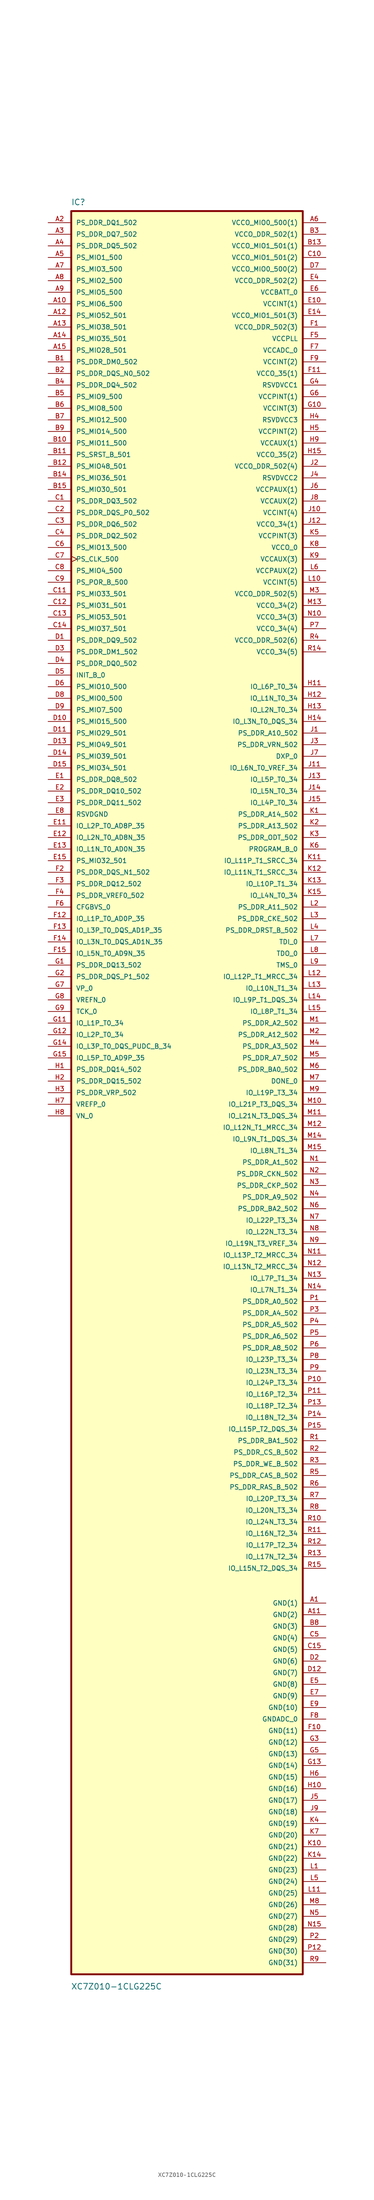
<source format=kicad_sym>
(kicad_symbol_lib
  (version 20231120)
  (generator "kicad_symbol_editor")
  (generator_version "8.0")
  (symbol "XC7Z010-1CLG225C"
    (pin_names
      (offset 1.016))
    (property "Reference" "IC"
      (at -25.426 194.237 0)
      (effects (font (size 1.27 1.27)) (justify left bottom)))
    (property "Value" "XC7Z010-1CLG225C"
      (at -25.453 -196.449 0)
      (effects (font (size 1.27 1.27)) (justify left bottom)))
    (symbol "XC7Z010-1CLG225C_0_0"
      (rectangle (start -25.4 -193.04) (end 25.4 193.04) (stroke (width 0.41) (type default)) (fill (type background)))
      (pin power_in line (at 30.48 -111.76 180) (length 5.08) (name "GND(1)" (effects (font (size 1.016 1.016)))) (number "A1" (effects (font (size 1.016 1.016)))))
      (pin bidirectional line (at -30.48 172.72 0) (length 5.08) (name "PS_MIO6_500" (effects (font (size 1.016 1.016)))) (number "A10" (effects (font (size 1.016 1.016)))))
      (pin power_in line (at 30.48 -114.3 180) (length 5.08) (name "GND(2)" (effects (font (size 1.016 1.016)))) (number "A11" (effects (font (size 1.016 1.016)))))
      (pin bidirectional line (at -30.48 170.18 0) (length 5.08) (name "PS_MIO52_501" (effects (font (size 1.016 1.016)))) (number "A12" (effects (font (size 1.016 1.016)))))
      (pin bidirectional line (at -30.48 167.64 0) (length 5.08) (name "PS_MIO38_501" (effects (font (size 1.016 1.016)))) (number "A13" (effects (font (size 1.016 1.016)))))
      (pin bidirectional line (at -30.48 165.1 0) (length 5.08) (name "PS_MIO35_501" (effects (font (size 1.016 1.016)))) (number "A14" (effects (font (size 1.016 1.016)))))
      (pin bidirectional line (at -30.48 162.56 0) (length 5.08) (name "PS_MIO28_501" (effects (font (size 1.016 1.016)))) (number "A15" (effects (font (size 1.016 1.016)))))
      (pin bidirectional line (at -30.48 190.5 0) (length 5.08) (name "PS_DDR_DQ1_502" (effects (font (size 1.016 1.016)))) (number "A2" (effects (font (size 1.016 1.016)))))
      (pin bidirectional line (at -30.48 187.96 0) (length 5.08) (name "PS_DDR_DQ7_502" (effects (font (size 1.016 1.016)))) (number "A3" (effects (font (size 1.016 1.016)))))
      (pin bidirectional line (at -30.48 185.42 0) (length 5.08) (name "PS_DDR_DQ5_502" (effects (font (size 1.016 1.016)))) (number "A4" (effects (font (size 1.016 1.016)))))
      (pin bidirectional line (at -30.48 182.88 0) (length 5.08) (name "PS_MIO1_500" (effects (font (size 1.016 1.016)))) (number "A5" (effects (font (size 1.016 1.016)))))
      (pin power_in line (at 30.48 190.5 180) (length 5.08) (name "VCCO_MIO0_500(1)" (effects (font (size 1.016 1.016)))) (number "A6" (effects (font (size 1.016 1.016)))))
      (pin bidirectional line (at -30.48 180.34 0) (length 5.08) (name "PS_MIO3_500" (effects (font (size 1.016 1.016)))) (number "A7" (effects (font (size 1.016 1.016)))))
      (pin bidirectional line (at -30.48 177.8 0) (length 5.08) (name "PS_MIO2_500" (effects (font (size 1.016 1.016)))) (number "A8" (effects (font (size 1.016 1.016)))))
      (pin bidirectional line (at -30.48 175.26 0) (length 5.08) (name "PS_MIO5_500" (effects (font (size 1.016 1.016)))) (number "A9" (effects (font (size 1.016 1.016)))))
      (pin bidirectional line (at -30.48 160.02 0) (length 5.08) (name "PS_DDR_DM0_502" (effects (font (size 1.016 1.016)))) (number "B1" (effects (font (size 1.016 1.016)))))
      (pin bidirectional line (at -30.48 142.24 0) (length 5.08) (name "PS_MIO11_500" (effects (font (size 1.016 1.016)))) (number "B10" (effects (font (size 1.016 1.016)))))
      (pin bidirectional line (at -30.48 139.7 0) (length 5.08) (name "PS_SRST_B_501" (effects (font (size 1.016 1.016)))) (number "B11" (effects (font (size 1.016 1.016)))))
      (pin bidirectional line (at -30.48 137.16 0) (length 5.08) (name "PS_MIO48_501" (effects (font (size 1.016 1.016)))) (number "B12" (effects (font (size 1.016 1.016)))))
      (pin power_in line (at 30.48 185.42 180) (length 5.08) (name "VCCO_MIO1_501(1)" (effects (font (size 1.016 1.016)))) (number "B13" (effects (font (size 1.016 1.016)))))
      (pin bidirectional line (at -30.48 134.62 0) (length 5.08) (name "PS_MIO36_501" (effects (font (size 1.016 1.016)))) (number "B14" (effects (font (size 1.016 1.016)))))
      (pin bidirectional line (at -30.48 132.08 0) (length 5.08) (name "PS_MIO30_501" (effects (font (size 1.016 1.016)))) (number "B15" (effects (font (size 1.016 1.016)))))
      (pin bidirectional line (at -30.48 157.48 0) (length 5.08) (name "PS_DDR_DQS_N0_502" (effects (font (size 1.016 1.016)))) (number "B2" (effects (font (size 1.016 1.016)))))
      (pin power_in line (at 30.48 187.96 180) (length 5.08) (name "VCCO_DDR_502(1)" (effects (font (size 1.016 1.016)))) (number "B3" (effects (font (size 1.016 1.016)))))
      (pin bidirectional line (at -30.48 154.94 0) (length 5.08) (name "PS_DDR_DQ4_502" (effects (font (size 1.016 1.016)))) (number "B4" (effects (font (size 1.016 1.016)))))
      (pin bidirectional line (at -30.48 152.4 0) (length 5.08) (name "PS_MIO9_500" (effects (font (size 1.016 1.016)))) (number "B5" (effects (font (size 1.016 1.016)))))
      (pin bidirectional line (at -30.48 149.86 0) (length 5.08) (name "PS_MIO8_500" (effects (font (size 1.016 1.016)))) (number "B6" (effects (font (size 1.016 1.016)))))
      (pin bidirectional line (at -30.48 147.32 0) (length 5.08) (name "PS_MIO12_500" (effects (font (size 1.016 1.016)))) (number "B7" (effects (font (size 1.016 1.016)))))
      (pin power_in line (at 30.48 -116.84 180) (length 5.08) (name "GND(3)" (effects (font (size 1.016 1.016)))) (number "B8" (effects (font (size 1.016 1.016)))))
      (pin bidirectional line (at -30.48 144.78 0) (length 5.08) (name "PS_MIO14_500" (effects (font (size 1.016 1.016)))) (number "B9" (effects (font (size 1.016 1.016)))))
      (pin bidirectional line (at -30.48 129.54 0) (length 5.08) (name "PS_DDR_DQ3_502" (effects (font (size 1.016 1.016)))) (number "C1" (effects (font (size 1.016 1.016)))))
      (pin power_in line (at 30.48 182.88 180) (length 5.08) (name "VCCO_MIO1_501(2)" (effects (font (size 1.016 1.016)))) (number "C10" (effects (font (size 1.016 1.016)))))
      (pin bidirectional line (at -30.48 109.22 0) (length 5.08) (name "PS_MIO33_501" (effects (font (size 1.016 1.016)))) (number "C11" (effects (font (size 1.016 1.016)))))
      (pin bidirectional line (at -30.48 106.68 0) (length 5.08) (name "PS_MIO31_501" (effects (font (size 1.016 1.016)))) (number "C12" (effects (font (size 1.016 1.016)))))
      (pin bidirectional line (at -30.48 104.14 0) (length 5.08) (name "PS_MIO53_501" (effects (font (size 1.016 1.016)))) (number "C13" (effects (font (size 1.016 1.016)))))
      (pin bidirectional line (at -30.48 101.6 0) (length 5.08) (name "PS_MIO37_501" (effects (font (size 1.016 1.016)))) (number "C14" (effects (font (size 1.016 1.016)))))
      (pin power_in line (at 30.48 -121.92 180) (length 5.08) (name "GND(5)" (effects (font (size 1.016 1.016)))) (number "C15" (effects (font (size 1.016 1.016)))))
      (pin bidirectional line (at -30.48 127 0) (length 5.08) (name "PS_DDR_DQS_P0_502" (effects (font (size 1.016 1.016)))) (number "C2" (effects (font (size 1.016 1.016)))))
      (pin bidirectional line (at -30.48 124.46 0) (length 5.08) (name "PS_DDR_DQ6_502" (effects (font (size 1.016 1.016)))) (number "C3" (effects (font (size 1.016 1.016)))))
      (pin bidirectional line (at -30.48 121.92 0) (length 5.08) (name "PS_DDR_DQ2_502" (effects (font (size 1.016 1.016)))) (number "C4" (effects (font (size 1.016 1.016)))))
      (pin power_in line (at 30.48 -119.38 180) (length 5.08) (name "GND(4)" (effects (font (size 1.016 1.016)))) (number "C5" (effects (font (size 1.016 1.016)))))
      (pin bidirectional line (at -30.48 119.38 0) (length 5.08) (name "PS_MIO13_500" (effects (font (size 1.016 1.016)))) (number "C6" (effects (font (size 1.016 1.016)))))
      (pin bidirectional clock (at -30.48 116.84 0) (length 5.08) (name "PS_CLK_500" (effects (font (size 1.016 1.016)))) (number "C7" (effects (font (size 1.016 1.016)))))
      (pin bidirectional line (at -30.48 114.3 0) (length 5.08) (name "PS_MIO4_500" (effects (font (size 1.016 1.016)))) (number "C8" (effects (font (size 1.016 1.016)))))
      (pin bidirectional line (at -30.48 111.76 0) (length 5.08) (name "PS_POR_B_500" (effects (font (size 1.016 1.016)))) (number "C9" (effects (font (size 1.016 1.016)))))
      (pin bidirectional line (at -30.48 99.06 0) (length 5.08) (name "PS_DDR_DQ9_502" (effects (font (size 1.016 1.016)))) (number "D1" (effects (font (size 1.016 1.016)))))
      (pin bidirectional line (at -30.48 81.28 0) (length 5.08) (name "PS_MIO15_500" (effects (font (size 1.016 1.016)))) (number "D10" (effects (font (size 1.016 1.016)))))
      (pin bidirectional line (at -30.48 78.74 0) (length 5.08) (name "PS_MIO29_501" (effects (font (size 1.016 1.016)))) (number "D11" (effects (font (size 1.016 1.016)))))
      (pin power_in line (at 30.48 -127 180) (length 5.08) (name "GND(7)" (effects (font (size 1.016 1.016)))) (number "D12" (effects (font (size 1.016 1.016)))))
      (pin bidirectional line (at -30.48 76.2 0) (length 5.08) (name "PS_MIO49_501" (effects (font (size 1.016 1.016)))) (number "D13" (effects (font (size 1.016 1.016)))))
      (pin bidirectional line (at -30.48 73.66 0) (length 5.08) (name "PS_MIO39_501" (effects (font (size 1.016 1.016)))) (number "D14" (effects (font (size 1.016 1.016)))))
      (pin bidirectional line (at -30.48 71.12 0) (length 5.08) (name "PS_MIO34_501" (effects (font (size 1.016 1.016)))) (number "D15" (effects (font (size 1.016 1.016)))))
      (pin power_in line (at 30.48 -124.46 180) (length 5.08) (name "GND(6)" (effects (font (size 1.016 1.016)))) (number "D2" (effects (font (size 1.016 1.016)))))
      (pin bidirectional line (at -30.48 96.52 0) (length 5.08) (name "PS_DDR_DM1_502" (effects (font (size 1.016 1.016)))) (number "D3" (effects (font (size 1.016 1.016)))))
      (pin bidirectional line (at -30.48 93.98 0) (length 5.08) (name "PS_DDR_DQ0_502" (effects (font (size 1.016 1.016)))) (number "D4" (effects (font (size 1.016 1.016)))))
      (pin bidirectional line (at -30.48 91.44 0) (length 5.08) (name "INIT_B_0" (effects (font (size 1.016 1.016)))) (number "D5" (effects (font (size 1.016 1.016)))))
      (pin bidirectional line (at -30.48 88.9 0) (length 5.08) (name "PS_MIO10_500" (effects (font (size 1.016 1.016)))) (number "D6" (effects (font (size 1.016 1.016)))))
      (pin power_in line (at 30.48 180.34 180) (length 5.08) (name "VCCO_MIO0_500(2)" (effects (font (size 1.016 1.016)))) (number "D7" (effects (font (size 1.016 1.016)))))
      (pin bidirectional line (at -30.48 86.36 0) (length 5.08) (name "PS_MIO0_500" (effects (font (size 1.016 1.016)))) (number "D8" (effects (font (size 1.016 1.016)))))
      (pin bidirectional line (at -30.48 83.82 0) (length 5.08) (name "PS_MIO7_500" (effects (font (size 1.016 1.016)))) (number "D9" (effects (font (size 1.016 1.016)))))
      (pin bidirectional line (at -30.48 68.58 0) (length 5.08) (name "PS_DDR_DQ8_502" (effects (font (size 1.016 1.016)))) (number "E1" (effects (font (size 1.016 1.016)))))
      (pin power_in line (at 30.48 172.72 180) (length 5.08) (name "VCCINT(1)" (effects (font (size 1.016 1.016)))) (number "E10" (effects (font (size 1.016 1.016)))))
      (pin bidirectional line (at -30.48 58.42 0) (length 5.08) (name "IO_L2P_T0_AD8P_35" (effects (font (size 1.016 1.016)))) (number "E11" (effects (font (size 1.016 1.016)))))
      (pin bidirectional line (at -30.48 55.88 0) (length 5.08) (name "IO_L2N_T0_AD8N_35" (effects (font (size 1.016 1.016)))) (number "E12" (effects (font (size 1.016 1.016)))))
      (pin bidirectional line (at -30.48 53.34 0) (length 5.08) (name "IO_L1N_T0_AD0N_35" (effects (font (size 1.016 1.016)))) (number "E13" (effects (font (size 1.016 1.016)))))
      (pin power_in line (at 30.48 170.18 180) (length 5.08) (name "VCCO_MIO1_501(3)" (effects (font (size 1.016 1.016)))) (number "E14" (effects (font (size 1.016 1.016)))))
      (pin bidirectional line (at -30.48 50.8 0) (length 5.08) (name "PS_MIO32_501" (effects (font (size 1.016 1.016)))) (number "E15" (effects (font (size 1.016 1.016)))))
      (pin bidirectional line (at -30.48 66.04 0) (length 5.08) (name "PS_DDR_DQ10_502" (effects (font (size 1.016 1.016)))) (number "E2" (effects (font (size 1.016 1.016)))))
      (pin bidirectional line (at -30.48 63.5 0) (length 5.08) (name "PS_DDR_DQ11_502" (effects (font (size 1.016 1.016)))) (number "E3" (effects (font (size 1.016 1.016)))))
      (pin power_in line (at 30.48 177.8 180) (length 5.08) (name "VCCO_DDR_502(2)" (effects (font (size 1.016 1.016)))) (number "E4" (effects (font (size 1.016 1.016)))))
      (pin power_in line (at 30.48 -129.54 180) (length 5.08) (name "GND(8)" (effects (font (size 1.016 1.016)))) (number "E5" (effects (font (size 1.016 1.016)))))
      (pin power_in line (at 30.48 175.26 180) (length 5.08) (name "VCCBATT_0" (effects (font (size 1.016 1.016)))) (number "E6" (effects (font (size 1.016 1.016)))))
      (pin power_in line (at 30.48 -132.08 180) (length 5.08) (name "GND(9)" (effects (font (size 1.016 1.016)))) (number "E7" (effects (font (size 1.016 1.016)))))
      (pin bidirectional line (at -30.48 60.96 0) (length 5.08) (name "RSVDGND" (effects (font (size 1.016 1.016)))) (number "E8" (effects (font (size 1.016 1.016)))))
      (pin power_in line (at 30.48 -134.62 180) (length 5.08) (name "GND(10)" (effects (font (size 1.016 1.016)))) (number "E9" (effects (font (size 1.016 1.016)))))
      (pin power_in line (at 30.48 167.64 180) (length 5.08) (name "VCCO_DDR_502(3)" (effects (font (size 1.016 1.016)))) (number "F1" (effects (font (size 1.016 1.016)))))
      (pin power_in line (at 30.48 -139.7 180) (length 5.08) (name "GND(11)" (effects (font (size 1.016 1.016)))) (number "F10" (effects (font (size 1.016 1.016)))))
      (pin power_in line (at 30.48 157.48 180) (length 5.08) (name "VCCO_35(1)" (effects (font (size 1.016 1.016)))) (number "F11" (effects (font (size 1.016 1.016)))))
      (pin bidirectional line (at -30.48 38.1 0) (length 5.08) (name "IO_L1P_T0_AD0P_35" (effects (font (size 1.016 1.016)))) (number "F12" (effects (font (size 1.016 1.016)))))
      (pin bidirectional line (at -30.48 35.56 0) (length 5.08) (name "IO_L3P_T0_DQS_AD1P_35" (effects (font (size 1.016 1.016)))) (number "F13" (effects (font (size 1.016 1.016)))))
      (pin bidirectional line (at -30.48 33.02 0) (length 5.08) (name "IO_L3N_T0_DQS_AD1N_35" (effects (font (size 1.016 1.016)))) (number "F14" (effects (font (size 1.016 1.016)))))
      (pin bidirectional line (at -30.48 30.48 0) (length 5.08) (name "IO_L5N_T0_AD9N_35" (effects (font (size 1.016 1.016)))) (number "F15" (effects (font (size 1.016 1.016)))))
      (pin bidirectional line (at -30.48 48.26 0) (length 5.08) (name "PS_DDR_DQS_N1_502" (effects (font (size 1.016 1.016)))) (number "F2" (effects (font (size 1.016 1.016)))))
      (pin bidirectional line (at -30.48 45.72 0) (length 5.08) (name "PS_DDR_DQ12_502" (effects (font (size 1.016 1.016)))) (number "F3" (effects (font (size 1.016 1.016)))))
      (pin bidirectional line (at -30.48 43.18 0) (length 5.08) (name "PS_DDR_VREF0_502" (effects (font (size 1.016 1.016)))) (number "F4" (effects (font (size 1.016 1.016)))))
      (pin power_in line (at 30.48 165.1 180) (length 5.08) (name "VCCPLL" (effects (font (size 1.016 1.016)))) (number "F5" (effects (font (size 1.016 1.016)))))
      (pin bidirectional line (at -30.48 40.64 0) (length 5.08) (name "CFGBVS_0" (effects (font (size 1.016 1.016)))) (number "F6" (effects (font (size 1.016 1.016)))))
      (pin power_in line (at 30.48 162.56 180) (length 5.08) (name "VCCADC_0" (effects (font (size 1.016 1.016)))) (number "F7" (effects (font (size 1.016 1.016)))))
      (pin power_in line (at 30.48 -137.16 180) (length 5.08) (name "GNDADC_0" (effects (font (size 1.016 1.016)))) (number "F8" (effects (font (size 1.016 1.016)))))
      (pin power_in line (at 30.48 160.02 180) (length 5.08) (name "VCCINT(2)" (effects (font (size 1.016 1.016)))) (number "F9" (effects (font (size 1.016 1.016)))))
      (pin bidirectional line (at -30.48 27.94 0) (length 5.08) (name "PS_DDR_DQ13_502" (effects (font (size 1.016 1.016)))) (number "G1" (effects (font (size 1.016 1.016)))))
      (pin power_in line (at 30.48 149.86 180) (length 5.08) (name "VCCINT(3)" (effects (font (size 1.016 1.016)))) (number "G10" (effects (font (size 1.016 1.016)))))
      (pin bidirectional line (at -30.48 15.24 0) (length 5.08) (name "IO_L1P_T0_34" (effects (font (size 1.016 1.016)))) (number "G11" (effects (font (size 1.016 1.016)))))
      (pin bidirectional line (at -30.48 12.7 0) (length 5.08) (name "IO_L2P_T0_34" (effects (font (size 1.016 1.016)))) (number "G12" (effects (font (size 1.016 1.016)))))
      (pin power_in line (at 30.48 -147.32 180) (length 5.08) (name "GND(14)" (effects (font (size 1.016 1.016)))) (number "G13" (effects (font (size 1.016 1.016)))))
      (pin bidirectional line (at -30.48 10.16 0) (length 5.08) (name "IO_L3P_T0_DQS_PUDC_B_34" (effects (font (size 1.016 1.016)))) (number "G14" (effects (font (size 1.016 1.016)))))
      (pin bidirectional line (at -30.48 7.62 0) (length 5.08) (name "IO_L5P_T0_AD9P_35" (effects (font (size 1.016 1.016)))) (number "G15" (effects (font (size 1.016 1.016)))))
      (pin bidirectional line (at -30.48 25.4 0) (length 5.08) (name "PS_DDR_DQS_P1_502" (effects (font (size 1.016 1.016)))) (number "G2" (effects (font (size 1.016 1.016)))))
      (pin power_in line (at 30.48 -142.24 180) (length 5.08) (name "GND(12)" (effects (font (size 1.016 1.016)))) (number "G3" (effects (font (size 1.016 1.016)))))
      (pin power_in line (at 30.48 154.94 180) (length 5.08) (name "RSVDVCC1" (effects (font (size 1.016 1.016)))) (number "G4" (effects (font (size 1.016 1.016)))))
      (pin power_in line (at 30.48 -144.78 180) (length 5.08) (name "GND(13)" (effects (font (size 1.016 1.016)))) (number "G5" (effects (font (size 1.016 1.016)))))
      (pin power_in line (at 30.48 152.4 180) (length 5.08) (name "VCCPINT(1)" (effects (font (size 1.016 1.016)))) (number "G6" (effects (font (size 1.016 1.016)))))
      (pin bidirectional line (at -30.48 22.86 0) (length 5.08) (name "VP_0" (effects (font (size 1.016 1.016)))) (number "G7" (effects (font (size 1.016 1.016)))))
      (pin bidirectional line (at -30.48 20.32 0) (length 5.08) (name "VREFN_0" (effects (font (size 1.016 1.016)))) (number "G8" (effects (font (size 1.016 1.016)))))
      (pin bidirectional line (at -30.48 17.78 0) (length 5.08) (name "TCK_0" (effects (font (size 1.016 1.016)))) (number "G9" (effects (font (size 1.016 1.016)))))
      (pin bidirectional line (at -30.48 5.08 0) (length 5.08) (name "PS_DDR_DQ14_502" (effects (font (size 1.016 1.016)))) (number "H1" (effects (font (size 1.016 1.016)))))
      (pin power_in line (at 30.48 -152.4 180) (length 5.08) (name "GND(16)" (effects (font (size 1.016 1.016)))) (number "H10" (effects (font (size 1.016 1.016)))))
      (pin bidirectional line (at 30.48 88.9 180) (length 5.08) (name "IO_L6P_T0_34" (effects (font (size 1.016 1.016)))) (number "H11" (effects (font (size 1.016 1.016)))))
      (pin bidirectional line (at 30.48 86.36 180) (length 5.08) (name "IO_L1N_T0_34" (effects (font (size 1.016 1.016)))) (number "H12" (effects (font (size 1.016 1.016)))))
      (pin bidirectional line (at 30.48 83.82 180) (length 5.08) (name "IO_L2N_T0_34" (effects (font (size 1.016 1.016)))) (number "H13" (effects (font (size 1.016 1.016)))))
      (pin bidirectional line (at 30.48 81.28 180) (length 5.08) (name "IO_L3N_T0_DQS_34" (effects (font (size 1.016 1.016)))) (number "H14" (effects (font (size 1.016 1.016)))))
      (pin power_in line (at 30.48 139.7 180) (length 5.08) (name "VCCO_35(2)" (effects (font (size 1.016 1.016)))) (number "H15" (effects (font (size 1.016 1.016)))))
      (pin bidirectional line (at -30.48 2.54 0) (length 5.08) (name "PS_DDR_DQ15_502" (effects (font (size 1.016 1.016)))) (number "H2" (effects (font (size 1.016 1.016)))))
      (pin bidirectional line (at -30.48 0 0) (length 5.08) (name "PS_DDR_VRP_502" (effects (font (size 1.016 1.016)))) (number "H3" (effects (font (size 1.016 1.016)))))
      (pin power_in line (at 30.48 147.32 180) (length 5.08) (name "RSVDVCC3" (effects (font (size 1.016 1.016)))) (number "H4" (effects (font (size 1.016 1.016)))))
      (pin power_in line (at 30.48 144.78 180) (length 5.08) (name "VCCPINT(2)" (effects (font (size 1.016 1.016)))) (number "H5" (effects (font (size 1.016 1.016)))))
      (pin power_in line (at 30.48 -149.86 180) (length 5.08) (name "GND(15)" (effects (font (size 1.016 1.016)))) (number "H6" (effects (font (size 1.016 1.016)))))
      (pin bidirectional line (at -30.48 -2.54 0) (length 5.08) (name "VREFP_0" (effects (font (size 1.016 1.016)))) (number "H7" (effects (font (size 1.016 1.016)))))
      (pin bidirectional line (at -30.48 -5.08 0) (length 5.08) (name "VN_0" (effects (font (size 1.016 1.016)))) (number "H8" (effects (font (size 1.016 1.016)))))
      (pin power_in line (at 30.48 142.24 180) (length 5.08) (name "VCCAUX(1)" (effects (font (size 1.016 1.016)))) (number "H9" (effects (font (size 1.016 1.016)))))
      (pin bidirectional line (at 30.48 78.74 180) (length 5.08) (name "PS_DDR_A10_502" (effects (font (size 1.016 1.016)))) (number "J1" (effects (font (size 1.016 1.016)))))
      (pin power_in line (at 30.48 127 180) (length 5.08) (name "VCCINT(4)" (effects (font (size 1.016 1.016)))) (number "J10" (effects (font (size 1.016 1.016)))))
      (pin bidirectional line (at 30.48 71.12 180) (length 5.08) (name "IO_L6N_T0_VREF_34" (effects (font (size 1.016 1.016)))) (number "J11" (effects (font (size 1.016 1.016)))))
      (pin power_in line (at 30.48 124.46 180) (length 5.08) (name "VCCO_34(1)" (effects (font (size 1.016 1.016)))) (number "J12" (effects (font (size 1.016 1.016)))))
      (pin bidirectional line (at 30.48 68.58 180) (length 5.08) (name "IO_L5P_T0_34" (effects (font (size 1.016 1.016)))) (number "J13" (effects (font (size 1.016 1.016)))))
      (pin bidirectional line (at 30.48 66.04 180) (length 5.08) (name "IO_L5N_T0_34" (effects (font (size 1.016 1.016)))) (number "J14" (effects (font (size 1.016 1.016)))))
      (pin bidirectional line (at 30.48 63.5 180) (length 5.08) (name "IO_L4P_T0_34" (effects (font (size 1.016 1.016)))) (number "J15" (effects (font (size 1.016 1.016)))))
      (pin power_in line (at 30.48 137.16 180) (length 5.08) (name "VCCO_DDR_502(4)" (effects (font (size 1.016 1.016)))) (number "J2" (effects (font (size 1.016 1.016)))))
      (pin bidirectional line (at 30.48 76.2 180) (length 5.08) (name "PS_DDR_VRN_502" (effects (font (size 1.016 1.016)))) (number "J3" (effects (font (size 1.016 1.016)))))
      (pin power_in line (at 30.48 134.62 180) (length 5.08) (name "RSVDVCC2" (effects (font (size 1.016 1.016)))) (number "J4" (effects (font (size 1.016 1.016)))))
      (pin power_in line (at 30.48 -154.94 180) (length 5.08) (name "GND(17)" (effects (font (size 1.016 1.016)))) (number "J5" (effects (font (size 1.016 1.016)))))
      (pin power_in line (at 30.48 132.08 180) (length 5.08) (name "VCCPAUX(1)" (effects (font (size 1.016 1.016)))) (number "J6" (effects (font (size 1.016 1.016)))))
      (pin bidirectional line (at 30.48 73.66 180) (length 5.08) (name "DXP_0" (effects (font (size 1.016 1.016)))) (number "J7" (effects (font (size 1.016 1.016)))))
      (pin power_in line (at 30.48 129.54 180) (length 5.08) (name "VCCAUX(2)" (effects (font (size 1.016 1.016)))) (number "J8" (effects (font (size 1.016 1.016)))))
      (pin power_in line (at 30.48 -157.48 180) (length 5.08) (name "GND(18)" (effects (font (size 1.016 1.016)))) (number "J9" (effects (font (size 1.016 1.016)))))
      (pin bidirectional line (at 30.48 60.96 180) (length 5.08) (name "PS_DDR_A14_502" (effects (font (size 1.016 1.016)))) (number "K1" (effects (font (size 1.016 1.016)))))
      (pin power_in line (at 30.48 -165.1 180) (length 5.08) (name "GND(21)" (effects (font (size 1.016 1.016)))) (number "K10" (effects (font (size 1.016 1.016)))))
      (pin bidirectional line (at 30.48 50.8 180) (length 5.08) (name "IO_L11P_T1_SRCC_34" (effects (font (size 1.016 1.016)))) (number "K11" (effects (font (size 1.016 1.016)))))
      (pin bidirectional line (at 30.48 48.26 180) (length 5.08) (name "IO_L11N_T1_SRCC_34" (effects (font (size 1.016 1.016)))) (number "K12" (effects (font (size 1.016 1.016)))))
      (pin bidirectional line (at 30.48 45.72 180) (length 5.08) (name "IO_L10P_T1_34" (effects (font (size 1.016 1.016)))) (number "K13" (effects (font (size 1.016 1.016)))))
      (pin power_in line (at 30.48 -167.64 180) (length 5.08) (name "GND(22)" (effects (font (size 1.016 1.016)))) (number "K14" (effects (font (size 1.016 1.016)))))
      (pin bidirectional line (at 30.48 43.18 180) (length 5.08) (name "IO_L4N_T0_34" (effects (font (size 1.016 1.016)))) (number "K15" (effects (font (size 1.016 1.016)))))
      (pin bidirectional line (at 30.48 58.42 180) (length 5.08) (name "PS_DDR_A13_502" (effects (font (size 1.016 1.016)))) (number "K2" (effects (font (size 1.016 1.016)))))
      (pin bidirectional line (at 30.48 55.88 180) (length 5.08) (name "PS_DDR_ODT_502" (effects (font (size 1.016 1.016)))) (number "K3" (effects (font (size 1.016 1.016)))))
      (pin power_in line (at 30.48 -160.02 180) (length 5.08) (name "GND(19)" (effects (font (size 1.016 1.016)))) (number "K4" (effects (font (size 1.016 1.016)))))
      (pin power_in line (at 30.48 121.92 180) (length 5.08) (name "VCCPINT(3)" (effects (font (size 1.016 1.016)))) (number "K5" (effects (font (size 1.016 1.016)))))
      (pin bidirectional line (at 30.48 53.34 180) (length 5.08) (name "PROGRAM_B_0" (effects (font (size 1.016 1.016)))) (number "K6" (effects (font (size 1.016 1.016)))))
      (pin power_in line (at 30.48 -162.56 180) (length 5.08) (name "GND(20)" (effects (font (size 1.016 1.016)))) (number "K7" (effects (font (size 1.016 1.016)))))
      (pin power_in line (at 30.48 119.38 180) (length 5.08) (name "VCCO_0" (effects (font (size 1.016 1.016)))) (number "K8" (effects (font (size 1.016 1.016)))))
      (pin power_in line (at 30.48 116.84 180) (length 5.08) (name "VCCAUX(3)" (effects (font (size 1.016 1.016)))) (number "K9" (effects (font (size 1.016 1.016)))))
      (pin power_in line (at 30.48 -170.18 180) (length 5.08) (name "GND(23)" (effects (font (size 1.016 1.016)))) (number "L1" (effects (font (size 1.016 1.016)))))
      (pin power_in line (at 30.48 111.76 180) (length 5.08) (name "VCCINT(5)" (effects (font (size 1.016 1.016)))) (number "L10" (effects (font (size 1.016 1.016)))))
      (pin power_in line (at 30.48 -175.26 180) (length 5.08) (name "GND(25)" (effects (font (size 1.016 1.016)))) (number "L11" (effects (font (size 1.016 1.016)))))
      (pin bidirectional line (at 30.48 25.4 180) (length 5.08) (name "IO_L12P_T1_MRCC_34" (effects (font (size 1.016 1.016)))) (number "L12" (effects (font (size 1.016 1.016)))))
      (pin bidirectional line (at 30.48 22.86 180) (length 5.08) (name "IO_L10N_T1_34" (effects (font (size 1.016 1.016)))) (number "L13" (effects (font (size 1.016 1.016)))))
      (pin bidirectional line (at 30.48 20.32 180) (length 5.08) (name "IO_L9P_T1_DQS_34" (effects (font (size 1.016 1.016)))) (number "L14" (effects (font (size 1.016 1.016)))))
      (pin bidirectional line (at 30.48 17.78 180) (length 5.08) (name "IO_L8P_T1_34" (effects (font (size 1.016 1.016)))) (number "L15" (effects (font (size 1.016 1.016)))))
      (pin bidirectional line (at 30.48 40.64 180) (length 5.08) (name "PS_DDR_A11_502" (effects (font (size 1.016 1.016)))) (number "L2" (effects (font (size 1.016 1.016)))))
      (pin bidirectional line (at 30.48 38.1 180) (length 5.08) (name "PS_DDR_CKE_502" (effects (font (size 1.016 1.016)))) (number "L3" (effects (font (size 1.016 1.016)))))
      (pin bidirectional line (at 30.48 35.56 180) (length 5.08) (name "PS_DDR_DRST_B_502" (effects (font (size 1.016 1.016)))) (number "L4" (effects (font (size 1.016 1.016)))))
      (pin power_in line (at 30.48 -172.72 180) (length 5.08) (name "GND(24)" (effects (font (size 1.016 1.016)))) (number "L5" (effects (font (size 1.016 1.016)))))
      (pin power_in line (at 30.48 114.3 180) (length 5.08) (name "VCCPAUX(2)" (effects (font (size 1.016 1.016)))) (number "L6" (effects (font (size 1.016 1.016)))))
      (pin bidirectional line (at 30.48 33.02 180) (length 5.08) (name "TDI_0" (effects (font (size 1.016 1.016)))) (number "L7" (effects (font (size 1.016 1.016)))))
      (pin bidirectional line (at 30.48 30.48 180) (length 5.08) (name "TDO_0" (effects (font (size 1.016 1.016)))) (number "L8" (effects (font (size 1.016 1.016)))))
      (pin bidirectional line (at 30.48 27.94 180) (length 5.08) (name "TMS_0" (effects (font (size 1.016 1.016)))) (number "L9" (effects (font (size 1.016 1.016)))))
      (pin bidirectional line (at 30.48 15.24 180) (length 5.08) (name "PS_DDR_A2_502" (effects (font (size 1.016 1.016)))) (number "M1" (effects (font (size 1.016 1.016)))))
      (pin bidirectional line (at 30.48 -2.54 180) (length 5.08) (name "IO_L21P_T3_DQS_34" (effects (font (size 1.016 1.016)))) (number "M10" (effects (font (size 1.016 1.016)))))
      (pin bidirectional line (at 30.48 -5.08 180) (length 5.08) (name "IO_L21N_T3_DQS_34" (effects (font (size 1.016 1.016)))) (number "M11" (effects (font (size 1.016 1.016)))))
      (pin bidirectional line (at 30.48 -7.62 180) (length 5.08) (name "IO_L12N_T1_MRCC_34" (effects (font (size 1.016 1.016)))) (number "M12" (effects (font (size 1.016 1.016)))))
      (pin power_in line (at 30.48 106.68 180) (length 5.08) (name "VCCO_34(2)" (effects (font (size 1.016 1.016)))) (number "M13" (effects (font (size 1.016 1.016)))))
      (pin bidirectional line (at 30.48 -10.16 180) (length 5.08) (name "IO_L9N_T1_DQS_34" (effects (font (size 1.016 1.016)))) (number "M14" (effects (font (size 1.016 1.016)))))
      (pin bidirectional line (at 30.48 -12.7 180) (length 5.08) (name "IO_L8N_T1_34" (effects (font (size 1.016 1.016)))) (number "M15" (effects (font (size 1.016 1.016)))))
      (pin bidirectional line (at 30.48 12.7 180) (length 5.08) (name "PS_DDR_A12_502" (effects (font (size 1.016 1.016)))) (number "M2" (effects (font (size 1.016 1.016)))))
      (pin power_in line (at 30.48 109.22 180) (length 5.08) (name "VCCO_DDR_502(5)" (effects (font (size 1.016 1.016)))) (number "M3" (effects (font (size 1.016 1.016)))))
      (pin bidirectional line (at 30.48 10.16 180) (length 5.08) (name "PS_DDR_A3_502" (effects (font (size 1.016 1.016)))) (number "M4" (effects (font (size 1.016 1.016)))))
      (pin bidirectional line (at 30.48 7.62 180) (length 5.08) (name "PS_DDR_A7_502" (effects (font (size 1.016 1.016)))) (number "M5" (effects (font (size 1.016 1.016)))))
      (pin bidirectional line (at 30.48 5.08 180) (length 5.08) (name "PS_DDR_BA0_502" (effects (font (size 1.016 1.016)))) (number "M6" (effects (font (size 1.016 1.016)))))
      (pin bidirectional line (at 30.48 2.54 180) (length 5.08) (name "DONE_0" (effects (font (size 1.016 1.016)))) (number "M7" (effects (font (size 1.016 1.016)))))
      (pin power_in line (at 30.48 -177.8 180) (length 5.08) (name "GND(26)" (effects (font (size 1.016 1.016)))) (number "M8" (effects (font (size 1.016 1.016)))))
      (pin bidirectional line (at 30.48 0 180) (length 5.08) (name "IO_L19P_T3_34" (effects (font (size 1.016 1.016)))) (number "M9" (effects (font (size 1.016 1.016)))))
      (pin bidirectional line (at 30.48 -15.24 180) (length 5.08) (name "PS_DDR_A1_502" (effects (font (size 1.016 1.016)))) (number "N1" (effects (font (size 1.016 1.016)))))
      (pin power_in line (at 30.48 104.14 180) (length 5.08) (name "VCCO_34(3)" (effects (font (size 1.016 1.016)))) (number "N10" (effects (font (size 1.016 1.016)))))
      (pin bidirectional line (at 30.48 -35.56 180) (length 5.08) (name "IO_L13P_T2_MRCC_34" (effects (font (size 1.016 1.016)))) (number "N11" (effects (font (size 1.016 1.016)))))
      (pin bidirectional line (at 30.48 -38.1 180) (length 5.08) (name "IO_L13N_T2_MRCC_34" (effects (font (size 1.016 1.016)))) (number "N12" (effects (font (size 1.016 1.016)))))
      (pin bidirectional line (at 30.48 -40.64 180) (length 5.08) (name "IO_L7P_T1_34" (effects (font (size 1.016 1.016)))) (number "N13" (effects (font (size 1.016 1.016)))))
      (pin bidirectional line (at 30.48 -43.18 180) (length 5.08) (name "IO_L7N_T1_34" (effects (font (size 1.016 1.016)))) (number "N14" (effects (font (size 1.016 1.016)))))
      (pin power_in line (at 30.48 -182.88 180) (length 5.08) (name "GND(28)" (effects (font (size 1.016 1.016)))) (number "N15" (effects (font (size 1.016 1.016)))))
      (pin bidirectional line (at 30.48 -17.78 180) (length 5.08) (name "PS_DDR_CKN_502" (effects (font (size 1.016 1.016)))) (number "N2" (effects (font (size 1.016 1.016)))))
      (pin bidirectional line (at 30.48 -20.32 180) (length 5.08) (name "PS_DDR_CKP_502" (effects (font (size 1.016 1.016)))) (number "N3" (effects (font (size 1.016 1.016)))))
      (pin bidirectional line (at 30.48 -22.86 180) (length 5.08) (name "PS_DDR_A9_502" (effects (font (size 1.016 1.016)))) (number "N4" (effects (font (size 1.016 1.016)))))
      (pin power_in line (at 30.48 -180.34 180) (length 5.08) (name "GND(27)" (effects (font (size 1.016 1.016)))) (number "N5" (effects (font (size 1.016 1.016)))))
      (pin bidirectional line (at 30.48 -25.4 180) (length 5.08) (name "PS_DDR_BA2_502" (effects (font (size 1.016 1.016)))) (number "N6" (effects (font (size 1.016 1.016)))))
      (pin bidirectional line (at 30.48 -27.94 180) (length 5.08) (name "IO_L22P_T3_34" (effects (font (size 1.016 1.016)))) (number "N7" (effects (font (size 1.016 1.016)))))
      (pin bidirectional line (at 30.48 -30.48 180) (length 5.08) (name "IO_L22N_T3_34" (effects (font (size 1.016 1.016)))) (number "N8" (effects (font (size 1.016 1.016)))))
      (pin bidirectional line (at 30.48 -33.02 180) (length 5.08) (name "IO_L19N_T3_VREF_34" (effects (font (size 1.016 1.016)))) (number "N9" (effects (font (size 1.016 1.016)))))
      (pin bidirectional line (at 30.48 -45.72 180) (length 5.08) (name "PS_DDR_A0_502" (effects (font (size 1.016 1.016)))) (number "P1" (effects (font (size 1.016 1.016)))))
      (pin bidirectional line (at 30.48 -63.5 180) (length 5.08) (name "IO_L24P_T3_34" (effects (font (size 1.016 1.016)))) (number "P10" (effects (font (size 1.016 1.016)))))
      (pin bidirectional line (at 30.48 -66.04 180) (length 5.08) (name "IO_L16P_T2_34" (effects (font (size 1.016 1.016)))) (number "P11" (effects (font (size 1.016 1.016)))))
      (pin power_in line (at 30.48 -187.96 180) (length 5.08) (name "GND(30)" (effects (font (size 1.016 1.016)))) (number "P12" (effects (font (size 1.016 1.016)))))
      (pin bidirectional line (at 30.48 -68.58 180) (length 5.08) (name "IO_L18P_T2_34" (effects (font (size 1.016 1.016)))) (number "P13" (effects (font (size 1.016 1.016)))))
      (pin bidirectional line (at 30.48 -71.12 180) (length 5.08) (name "IO_L18N_T2_34" (effects (font (size 1.016 1.016)))) (number "P14" (effects (font (size 1.016 1.016)))))
      (pin bidirectional line (at 30.48 -73.66 180) (length 5.08) (name "IO_L15P_T2_DQS_34" (effects (font (size 1.016 1.016)))) (number "P15" (effects (font (size 1.016 1.016)))))
      (pin power_in line (at 30.48 -185.42 180) (length 5.08) (name "GND(29)" (effects (font (size 1.016 1.016)))) (number "P2" (effects (font (size 1.016 1.016)))))
      (pin bidirectional line (at 30.48 -48.26 180) (length 5.08) (name "PS_DDR_A4_502" (effects (font (size 1.016 1.016)))) (number "P3" (effects (font (size 1.016 1.016)))))
      (pin bidirectional line (at 30.48 -50.8 180) (length 5.08) (name "PS_DDR_A5_502" (effects (font (size 1.016 1.016)))) (number "P4" (effects (font (size 1.016 1.016)))))
      (pin bidirectional line (at 30.48 -53.34 180) (length 5.08) (name "PS_DDR_A6_502" (effects (font (size 1.016 1.016)))) (number "P5" (effects (font (size 1.016 1.016)))))
      (pin bidirectional line (at 30.48 -55.88 180) (length 5.08) (name "PS_DDR_A8_502" (effects (font (size 1.016 1.016)))) (number "P6" (effects (font (size 1.016 1.016)))))
      (pin power_in line (at 30.48 101.6 180) (length 5.08) (name "VCCO_34(4)" (effects (font (size 1.016 1.016)))) (number "P7" (effects (font (size 1.016 1.016)))))
      (pin bidirectional line (at 30.48 -58.42 180) (length 5.08) (name "IO_L23P_T3_34" (effects (font (size 1.016 1.016)))) (number "P8" (effects (font (size 1.016 1.016)))))
      (pin bidirectional line (at 30.48 -60.96 180) (length 5.08) (name "IO_L23N_T3_34" (effects (font (size 1.016 1.016)))) (number "P9" (effects (font (size 1.016 1.016)))))
      (pin bidirectional line (at 30.48 -76.2 180) (length 5.08) (name "PS_DDR_BA1_502" (effects (font (size 1.016 1.016)))) (number "R1" (effects (font (size 1.016 1.016)))))
      (pin bidirectional line (at 30.48 -93.98 180) (length 5.08) (name "IO_L24N_T3_34" (effects (font (size 1.016 1.016)))) (number "R10" (effects (font (size 1.016 1.016)))))
      (pin bidirectional line (at 30.48 -96.52 180) (length 5.08) (name "IO_L16N_T2_34" (effects (font (size 1.016 1.016)))) (number "R11" (effects (font (size 1.016 1.016)))))
      (pin bidirectional line (at 30.48 -99.06 180) (length 5.08) (name "IO_L17P_T2_34" (effects (font (size 1.016 1.016)))) (number "R12" (effects (font (size 1.016 1.016)))))
      (pin bidirectional line (at 30.48 -101.6 180) (length 5.08) (name "IO_L17N_T2_34" (effects (font (size 1.016 1.016)))) (number "R13" (effects (font (size 1.016 1.016)))))
      (pin power_in line (at 30.48 96.52 180) (length 5.08) (name "VCCO_34(5)" (effects (font (size 1.016 1.016)))) (number "R14" (effects (font (size 1.016 1.016)))))
      (pin bidirectional line (at 30.48 -104.14 180) (length 5.08) (name "IO_L15N_T2_DQS_34" (effects (font (size 1.016 1.016)))) (number "R15" (effects (font (size 1.016 1.016)))))
      (pin bidirectional line (at 30.48 -78.74 180) (length 5.08) (name "PS_DDR_CS_B_502" (effects (font (size 1.016 1.016)))) (number "R2" (effects (font (size 1.016 1.016)))))
      (pin bidirectional line (at 30.48 -81.28 180) (length 5.08) (name "PS_DDR_WE_B_502" (effects (font (size 1.016 1.016)))) (number "R3" (effects (font (size 1.016 1.016)))))
      (pin power_in line (at 30.48 99.06 180) (length 5.08) (name "VCCO_DDR_502(6)" (effects (font (size 1.016 1.016)))) (number "R4" (effects (font (size 1.016 1.016)))))
      (pin bidirectional line (at 30.48 -83.82 180) (length 5.08) (name "PS_DDR_CAS_B_502" (effects (font (size 1.016 1.016)))) (number "R5" (effects (font (size 1.016 1.016)))))
      (pin bidirectional line (at 30.48 -86.36 180) (length 5.08) (name "PS_DDR_RAS_B_502" (effects (font (size 1.016 1.016)))) (number "R6" (effects (font (size 1.016 1.016)))))
      (pin bidirectional line (at 30.48 -88.9 180) (length 5.08) (name "IO_L20P_T3_34" (effects (font (size 1.016 1.016)))) (number "R7" (effects (font (size 1.016 1.016)))))
      (pin bidirectional line (at 30.48 -91.44 180) (length 5.08) (name "IO_L20N_T3_34" (effects (font (size 1.016 1.016)))) (number "R8" (effects (font (size 1.016 1.016)))))
      (pin power_in line (at 30.48 -190.5 180) (length 5.08) (name "GND(31)" (effects (font (size 1.016 1.016)))) (number "R9" (effects (font (size 1.016 1.016))))))))
</source>
